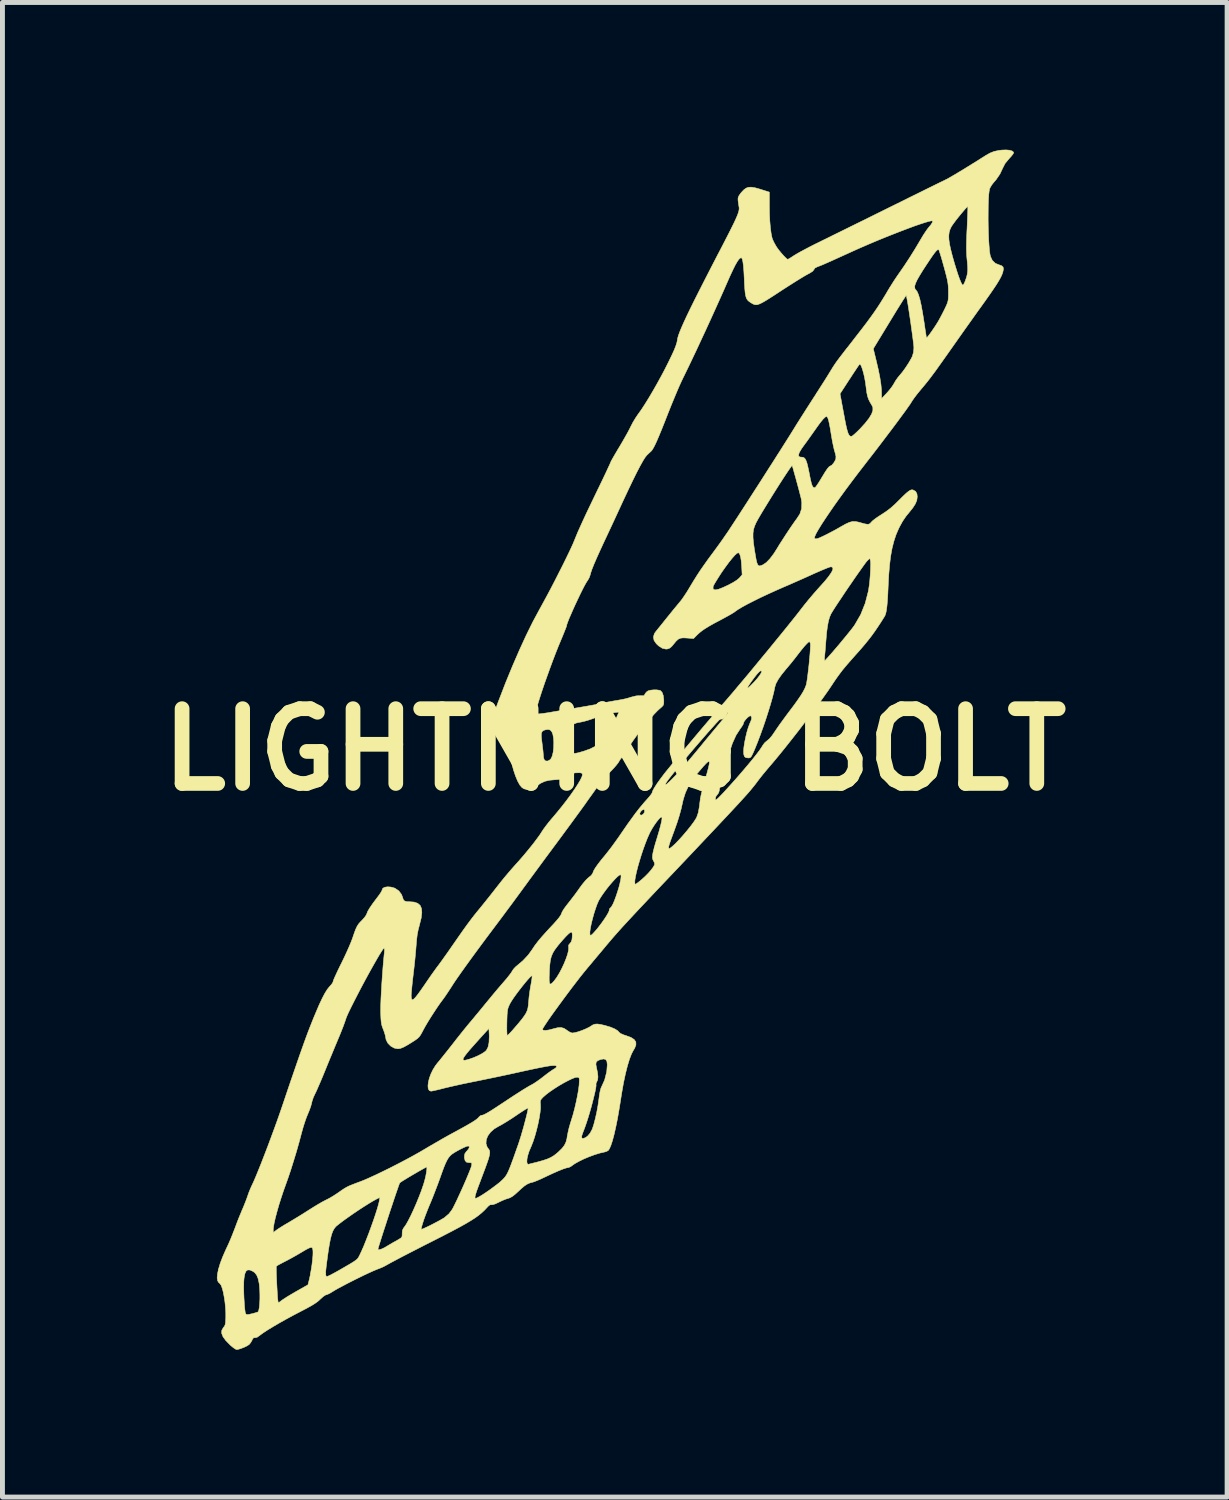
<source format=kicad_pcb>
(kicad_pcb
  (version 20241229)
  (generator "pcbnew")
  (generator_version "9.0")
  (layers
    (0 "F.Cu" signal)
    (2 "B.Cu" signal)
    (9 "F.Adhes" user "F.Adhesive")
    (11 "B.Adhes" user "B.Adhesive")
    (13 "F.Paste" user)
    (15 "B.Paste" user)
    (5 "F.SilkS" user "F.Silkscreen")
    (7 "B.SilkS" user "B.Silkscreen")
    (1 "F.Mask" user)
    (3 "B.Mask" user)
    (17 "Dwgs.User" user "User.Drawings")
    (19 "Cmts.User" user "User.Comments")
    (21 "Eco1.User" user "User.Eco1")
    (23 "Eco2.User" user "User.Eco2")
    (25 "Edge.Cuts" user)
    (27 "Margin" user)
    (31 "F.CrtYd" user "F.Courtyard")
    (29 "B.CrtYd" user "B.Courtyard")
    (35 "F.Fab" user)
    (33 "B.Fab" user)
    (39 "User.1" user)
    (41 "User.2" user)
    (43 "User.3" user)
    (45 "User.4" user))
  (footprint "LIGHTNING BOLT"
    (layer "F.Cu")
    (at 9.478 12.226)
    (property "Reference" "LIGHTNING BOLT" (at 0 0 0) (layer "F.SilkS") (effects (font (size 1.524 1.524) (thickness 0.3))))
    (attr through_hole)
    (fp_poly (pts (xy 8.044 -12.215) (xy 8.097 -12.199) (xy 8.125 -12.176) (xy 8.128 -12.164) (xy 8.117 -12.14) (xy 8.087 -12.101) (xy 8.045 -12.053) (xy 8.035 -12.043) (xy 7.953 -11.944) (xy 7.907 -11.854) (xy 7.849 -11.73) (xy 7.77 -11.614) (xy 7.722 -11.559) (xy 7.682 -11.508) (xy 7.65 -11.454) (xy 7.639 -11.43) (xy 7.629 -11.38) (xy 7.62 -11.302) (xy 7.614 -11.201) (xy 7.61 -11.081) (xy 7.609 -10.948) (xy 7.608 -10.808) (xy 7.61 -10.665) (xy 7.614 -10.524) (xy 7.619 -10.392) (xy 7.627 -10.272) (xy 7.635 -10.171) (xy 7.646 -10.093) (xy 7.654 -10.054) (xy 7.693 -9.97) (xy 7.754 -9.911) (xy 7.824 -9.882) (xy 7.882 -9.862) (xy 7.913 -9.834) (xy 7.92 -9.792) (xy 7.907 -9.728) (xy 7.902 -9.713) (xy 7.885 -9.668) (xy 7.859 -9.615) (xy 7.823 -9.551) (xy 7.774 -9.472) (xy 7.711 -9.378) (xy 7.632 -9.263) (xy 7.536 -9.127) (xy 7.457 -9.017) (xy 7.391 -8.926) (xy 7.311 -8.813) (xy 7.22 -8.685) (xy 7.123 -8.549) (xy 7.025 -8.41) (xy 6.93 -8.275) (xy 6.892 -8.221) (xy 6.779 -8.061) (xy 6.683 -7.925) (xy 6.601 -7.81) (xy 6.531 -7.712) (xy 6.469 -7.629) (xy 6.415 -7.557) (xy 6.364 -7.492) (xy 6.315 -7.432) (xy 6.265 -7.372) (xy 6.225 -7.324) (xy 6.167 -7.254) (xy 6.112 -7.182) (xy 6.066 -7.117) (xy 6.043 -7.081) (xy 6.02 -7.043) (xy 5.977 -6.982) (xy 5.919 -6.9) (xy 5.846 -6.801) (xy 5.762 -6.687) (xy 5.669 -6.562) (xy 5.568 -6.429) (xy 5.463 -6.29) (xy 5.356 -6.149) (xy 5.248 -6.009) (xy 5.142 -5.873) (xy 5.102 -5.821) (xy 4.966 -5.645) (xy 4.835 -5.472) (xy 4.708 -5.302) (xy 4.589 -5.138) (xy 4.478 -4.983) (xy 4.378 -4.838) (xy 4.289 -4.706) (xy 4.212 -4.589) (xy 4.151 -4.489) (xy 4.105 -4.409) (xy 4.078 -4.35) (xy 4.069 -4.315) (xy 4.07 -4.311) (xy 4.087 -4.295) (xy 4.123 -4.299) (xy 4.127 -4.3) (xy 4.171 -4.316) (xy 4.237 -4.346) (xy 4.319 -4.386) (xy 4.409 -4.433) (xy 4.501 -4.482) (xy 4.587 -4.531) (xy 4.611 -4.545) (xy 4.704 -4.597) (xy 4.778 -4.631) (xy 4.841 -4.648) (xy 4.902 -4.649) (xy 4.968 -4.636) (xy 5.007 -4.625) (xy 5.086 -4.603) (xy 5.14 -4.593) (xy 5.176 -4.594) (xy 5.203 -4.609) (xy 5.227 -4.636) (xy 5.228 -4.637) (xy 5.256 -4.665) (xy 5.307 -4.705) (xy 5.372 -4.75) (xy 5.439 -4.793) (xy 5.534 -4.856) (xy 5.621 -4.922) (xy 5.71 -5.001) (xy 5.791 -5.081) (xy 5.873 -5.163) (xy 5.936 -5.223) (xy 5.984 -5.262) (xy 6.02 -5.286) (xy 6.05 -5.295) (xy 6.075 -5.293) (xy 6.08 -5.291) (xy 6.13 -5.263) (xy 6.157 -5.214) (xy 6.164 -5.154) (xy 6.155 -5.082) (xy 6.125 -5.008) (xy 6.072 -4.926) (xy 6.021 -4.862) (xy 5.933 -4.754) (xy 5.864 -4.652) (xy 5.804 -4.543) (xy 5.783 -4.5) (xy 5.73 -4.377) (xy 5.687 -4.246) (xy 5.651 -4.104) (xy 5.622 -3.945) (xy 5.6 -3.767) (xy 5.583 -3.563) (xy 5.571 -3.33) (xy 5.571 -3.329) (xy 5.564 -3.167) (xy 5.556 -3.036) (xy 5.547 -2.932) (xy 5.537 -2.85) (xy 5.525 -2.789) (xy 5.511 -2.743) (xy 5.501 -2.722) (xy 5.484 -2.694) (xy 5.453 -2.644) (xy 5.412 -2.58) (xy 5.364 -2.507) (xy 5.358 -2.498) (xy 5.296 -2.407) (xy 5.232 -2.318) (xy 5.161 -2.227) (xy 5.079 -2.127) (xy 4.981 -2.013) (xy 4.877 -1.897) (xy 4.782 -1.789) (xy 4.704 -1.699) (xy 4.639 -1.62) (xy 4.582 -1.545) (xy 4.526 -1.468) (xy 4.467 -1.382) (xy 4.427 -1.321) (xy 4.347 -1.202) (xy 4.248 -1.062) (xy 4.135 -0.905) (xy 4.01 -0.737) (xy 3.877 -0.561) (xy 3.741 -0.383) (xy 3.603 -0.207) (xy 3.469 -0.038) (xy 3.341 0.12) (xy 3.223 0.262) (xy 3.157 0.339) (xy 3.089 0.419) (xy 3.018 0.505) (xy 2.953 0.587) (xy 2.903 0.652) (xy 2.877 0.688) (xy 2.849 0.724) (xy 2.819 0.761) (xy 2.786 0.802) (xy 2.749 0.846) (xy 2.705 0.897) (xy 2.654 0.954) (xy 2.594 1.02) (xy 2.524 1.097) (xy 2.443 1.184) (xy 2.349 1.285) (xy 2.241 1.4) (xy 2.118 1.531) (xy 1.978 1.68) (xy 1.82 1.847) (xy 1.643 2.035) (xy 1.445 2.244) (xy 1.228 2.473) (xy 1.038 2.673) (xy 0.869 2.851) (xy 0.721 3.008) (xy 0.59 3.147) (xy 0.475 3.269) (xy 0.375 3.376) (xy 0.288 3.47) (xy 0.211 3.553) (xy 0.143 3.627) (xy 0.083 3.694) (xy 0.028 3.756) (xy -0.023 3.814) (xy -0.073 3.872) (xy -0.122 3.93) (xy -0.173 3.99) (xy -0.206 4.03) (xy -0.286 4.126) (xy -0.366 4.221) (xy -0.442 4.312) (xy -0.507 4.39) (xy -0.558 4.45) (xy -0.568 4.462) (xy -0.631 4.539) (xy -0.704 4.63) (xy -0.784 4.734) (xy -0.87 4.846) (xy -0.958 4.963) (xy -1.046 5.082) (xy -1.132 5.199) (xy -1.214 5.312) (xy -1.289 5.416) (xy -1.354 5.509) (xy -1.407 5.588) (xy -1.446 5.648) (xy -1.469 5.687) (xy -1.473 5.7) (xy -1.458 5.718) (xy -1.415 5.722) (xy -1.347 5.713) (xy -1.257 5.69) (xy -1.251 5.688) (xy -1.162 5.666) (xy -1.094 5.663) (xy -1.035 5.679) (xy -0.977 5.717) (xy -0.969 5.723) (xy -0.922 5.754) (xy -0.878 5.772) (xy -0.864 5.774) (xy -0.813 5.767) (xy -0.742 5.748) (xy -0.663 5.72) (xy -0.586 5.688) (xy -0.521 5.656) (xy -0.492 5.638) (xy -0.447 5.609) (xy -0.403 5.594) (xy -0.352 5.591) (xy -0.285 5.601) (xy -0.199 5.621) (xy -0.089 5.654) (xy -0.002 5.69) (xy 0.058 5.727) (xy 0.085 5.757) (xy 0.115 5.783) (xy 0.178 5.811) (xy 0.23 5.828) (xy 0.329 5.864) (xy 0.395 5.907) (xy 0.429 5.957) (xy 0.431 6.017) (xy 0.404 6.087) (xy 0.383 6.12) (xy 0.342 6.197) (xy 0.3 6.305) (xy 0.258 6.443) (xy 0.217 6.606) (xy 0.177 6.794) (xy 0.14 7.004) (xy 0.118 7.146) (xy 0.086 7.343) (xy 0.054 7.526) (xy 0.02 7.693) (xy -0.013 7.839) (xy -0.046 7.963) (xy -0.078 8.061) (xy -0.108 8.131) (xy -0.129 8.164) (xy -0.162 8.185) (xy -0.21 8.2) (xy -0.218 8.202) (xy -0.306 8.222) (xy -0.41 8.254) (xy -0.521 8.295) (xy -0.631 8.341) (xy -0.731 8.39) (xy -0.813 8.436) (xy -0.853 8.464) (xy -0.898 8.496) (xy -0.938 8.515) (xy -0.952 8.517) (xy -0.991 8.525) (xy -1.056 8.547) (xy -1.144 8.582) (xy -1.251 8.629) (xy -1.374 8.686) (xy -1.425 8.71) (xy -1.505 8.748) (xy -1.579 8.78) (xy -1.639 8.804) (xy -1.677 8.816) (xy -1.679 8.816) (xy -1.734 8.831) (xy -1.787 8.855) (xy -1.844 8.893) (xy -1.911 8.95) (xy -1.965 9.001) (xy -2.035 9.064) (xy -2.09 9.106) (xy -2.136 9.132) (xy -2.169 9.143) (xy -2.222 9.16) (xy -2.289 9.187) (xy -2.359 9.22) (xy -2.364 9.223) (xy -2.436 9.257) (xy -2.489 9.273) (xy -2.514 9.274) (xy -2.54 9.275) (xy -2.574 9.299) (xy -2.61 9.337) (xy -2.659 9.389) (xy -2.713 9.439) (xy -2.775 9.49) (xy -2.848 9.543) (xy -2.936 9.599) (xy -3.04 9.661) (xy -3.164 9.73) (xy -3.31 9.808) (xy -3.482 9.897) (xy -3.658 9.987) (xy -3.866 10.092) (xy -4.047 10.185) (xy -4.205 10.266) (xy -4.341 10.336) (xy -4.459 10.399) (xy -4.563 10.454) (xy -4.655 10.505) (xy -4.701 10.53) (xy -4.732 10.545) (xy -4.784 10.567) (xy -4.847 10.591) (xy -4.851 10.593) (xy -4.916 10.62) (xy -5.003 10.659) (xy -5.106 10.707) (xy -5.218 10.762) (xy -5.333 10.819) (xy -5.447 10.877) (xy -5.551 10.932) (xy -5.642 10.98) (xy -5.711 11.02) (xy -5.744 11.04) (xy -5.799 11.074) (xy -5.847 11.098) (xy -5.878 11.108) (xy -5.879 11.108) (xy -5.906 11.12) (xy -5.948 11.15) (xy -5.995 11.193) (xy -6 11.197) (xy -6.039 11.234) (xy -6.085 11.269) (xy -6.144 11.308) (xy -6.22 11.352) (xy -6.318 11.405) (xy -6.401 11.448) (xy -6.55 11.526) (xy -6.694 11.604) (xy -6.831 11.681) (xy -6.956 11.754) (xy -7.065 11.82) (xy -7.153 11.877) (xy -7.216 11.922) (xy -7.232 11.935) (xy -7.289 11.975) (xy -7.33 11.984) (xy -7.333 11.984) (xy -7.359 11.985) (xy -7.381 12.01) (xy -7.391 12.034) (xy -7.419 12.083) (xy -7.452 12.123) (xy -7.455 12.125) (xy -7.496 12.151) (xy -7.554 12.179) (xy -7.618 12.204) (xy -7.674 12.221) (xy -7.704 12.226) (xy -7.731 12.215) (xy -7.774 12.186) (xy -7.825 12.144) (xy -7.839 12.131) (xy -7.927 12.041) (xy -7.984 11.963) (xy -8.011 11.893) (xy -8.008 11.832) (xy -7.977 11.778) (xy -7.974 11.775) (xy -7.954 11.75) (xy -7.941 11.72) (xy -7.933 11.678) (xy -7.929 11.613) (xy -7.927 11.579) (xy -7.927 11.477) (xy -7.933 11.368) (xy -7.944 11.258) (xy -7.96 11.152) (xy -7.978 11.056) (xy -7.999 10.977) (xy -7.562 10.977) (xy -7.56 11.074) (xy -7.556 11.175) (xy -7.55 11.273) (xy -7.544 11.36) (xy -7.536 11.431) (xy -7.529 11.477) (xy -7.526 11.485) (xy -7.515 11.504) (xy -7.496 11.512) (xy -7.463 11.51) (xy -7.407 11.498) (xy -7.373 11.49) (xy -7.32 11.475) (xy -7.282 11.463) (xy -7.269 11.457) (xy -7.255 11.426) (xy -7.244 11.368) (xy -7.237 11.291) (xy -7.232 11.2) (xy -7.232 11.103) (xy -7.235 11.006) (xy -7.242 10.917) (xy -7.248 10.873) (xy -7.269 10.777) (xy -7.298 10.707) (xy -7.338 10.657) (xy -7.371 10.633) (xy -7.432 10.605) (xy -7.479 10.602) (xy -7.514 10.627) (xy -7.538 10.681) (xy -7.554 10.766) (xy -7.559 10.822) (xy -7.562 10.891) (xy -7.562 10.977) (xy -7.999 10.977) (xy -8 10.975) (xy -8.022 10.915) (xy -8.045 10.881) (xy -8.051 10.878) (xy -8.074 10.857) (xy -8.094 10.821) (xy -8.103 10.764) (xy -8.096 10.683) (xy -8.075 10.583) (xy -8.064 10.548) (xy -6.898 10.548) (xy -6.898 10.596) (xy -6.897 10.665) (xy -6.894 10.749) (xy -6.89 10.842) (xy -6.885 10.938) (xy -6.88 11.029) (xy -6.875 11.11) (xy -6.871 11.175) (xy -6.866 11.217) (xy -6.866 11.222) (xy -6.857 11.276) (xy -6.782 11.219) (xy -6.74 11.191) (xy -6.677 11.15) (xy -6.598 11.103) (xy -6.513 11.053) (xy -6.48 11.034) (xy -6.253 10.906) (xy -6.226 10.8) (xy -6.206 10.709) (xy -6.2 10.672) (xy -5.892 10.672) (xy -5.889 10.707) (xy -5.882 10.727) (xy -5.87 10.735) (xy -5.863 10.736) (xy -5.839 10.727) (xy -5.792 10.705) (xy -5.726 10.67) (xy -5.648 10.627) (xy -5.588 10.593) (xy -5.48 10.53) (xy -5.397 10.482) (xy -5.335 10.444) (xy -5.29 10.414) (xy -5.259 10.39) (xy -5.237 10.367) (xy -5.221 10.343) (xy -5.206 10.315) (xy -5.196 10.295) (xy -5.157 10.212) (xy -5.146 10.187) (xy -4.827 10.187) (xy -4.801 10.191) (xy -4.754 10.177) (xy -4.693 10.149) (xy -4.648 10.122) (xy -4.586 10.085) (xy -4.513 10.042) (xy -4.458 10.012) (xy -4.404 9.981) (xy -4.362 9.954) (xy -4.341 9.936) (xy -4.341 9.936) (xy -4.334 9.907) (xy -4.332 9.861) (xy -4.333 9.851) (xy -4.327 9.792) (xy -4.317 9.775) (xy -3.945 9.775) (xy -3.932 9.773) (xy -3.894 9.758) (xy -3.838 9.732) (xy -3.77 9.7) (xy -3.696 9.662) (xy -3.622 9.623) (xy -3.552 9.585) (xy -3.495 9.552) (xy -3.475 9.54) (xy -3.38 9.459) (xy -3.322 9.383) (xy -3.296 9.339) (xy -3.262 9.271) (xy -3.22 9.185) (xy -3.195 9.131) (xy -2.848 9.131) (xy -2.841 9.143) (xy -2.834 9.144) (xy -2.815 9.137) (xy -2.779 9.12) (xy -2.772 9.116) (xy -2.718 9.085) (xy -2.647 9.039) (xy -2.565 8.983) (xy -2.481 8.922) (xy -2.404 8.864) (xy -2.341 8.814) (xy -2.316 8.791) (xy -2.283 8.76) (xy -2.254 8.73) (xy -2.229 8.699) (xy -2.205 8.663) (xy -2.181 8.618) (xy -2.155 8.56) (xy -2.126 8.488) (xy -2.092 8.397) (xy -1.792 8.397) (xy -1.785 8.436) (xy -1.766 8.45) (xy -1.745 8.446) (xy -1.699 8.434) (xy -1.634 8.418) (xy -1.563 8.4) (xy -1.454 8.369) (xy -1.369 8.34) (xy -1.301 8.309) (xy -1.24 8.272) (xy -1.179 8.224) (xy -1.148 8.197) (xy -1.076 8.127) (xy -1.027 8.064) (xy -0.995 7.998) (xy -0.974 7.918) (xy -0.971 7.895) (xy -0.677 7.895) (xy -0.666 7.92) (xy -0.636 7.922) (xy -0.593 7.904) (xy -0.552 7.873) (xy -0.502 7.814) (xy -0.461 7.737) (xy -0.456 7.725) (xy -0.426 7.632) (xy -0.396 7.516) (xy -0.367 7.387) (xy -0.343 7.254) (xy -0.325 7.128) (xy -0.322 7.105) (xy -0.312 7.028) (xy -0.299 6.96) (xy -0.286 6.91) (xy -0.28 6.893) (xy -0.207 6.732) (xy -0.164 6.563) (xy -0.153 6.423) (xy -0.16 6.355) (xy -0.183 6.316) (xy -0.226 6.303) (xy -0.288 6.314) (xy -0.347 6.337) (xy -0.378 6.367) (xy -0.385 6.411) (xy -0.374 6.474) (xy -0.351 6.584) (xy -0.343 6.667) (xy -0.349 6.728) (xy -0.364 6.762) (xy -0.381 6.798) (xy -0.382 6.822) (xy -0.381 6.848) (xy -0.388 6.901) (xy -0.403 6.976) (xy -0.425 7.068) (xy -0.451 7.172) (xy -0.48 7.283) (xy -0.512 7.395) (xy -0.545 7.505) (xy -0.578 7.606) (xy -0.608 7.693) (xy -0.627 7.743) (xy -0.651 7.805) (xy -0.669 7.858) (xy -0.677 7.892) (xy -0.677 7.895) (xy -0.971 7.895) (xy -0.967 7.871) (xy -0.953 7.798) (xy -0.932 7.707) (xy -0.905 7.613) (xy -0.888 7.56) (xy -0.853 7.446) (xy -0.819 7.319) (xy -0.788 7.185) (xy -0.761 7.055) (xy -0.74 6.936) (xy -0.727 6.837) (xy -0.725 6.797) (xy -0.722 6.736) (xy -0.725 6.7) (xy -0.733 6.683) (xy -0.752 6.677) (xy -0.767 6.675) (xy -0.807 6.681) (xy -0.869 6.705) (xy -0.947 6.742) (xy -1.036 6.789) (xy -1.131 6.844) (xy -1.225 6.903) (xy -1.313 6.963) (xy -1.391 7.021) (xy -1.451 7.073) (xy -1.46 7.081) (xy -1.497 7.121) (xy -1.515 7.152) (xy -1.518 7.189) (xy -1.514 7.235) (xy -1.513 7.306) (xy -1.523 7.401) (xy -1.541 7.514) (xy -1.566 7.637) (xy -1.597 7.763) (xy -1.631 7.885) (xy -1.668 7.996) (xy -1.705 8.089) (xy -1.712 8.105) (xy -1.747 8.187) (xy -1.772 8.266) (xy -1.788 8.338) (xy -1.792 8.397) (xy -2.092 8.397) (xy -2.091 8.395) (xy -2.05 8.281) (xy -2 8.139) (xy -1.963 8.035) (xy -1.939 7.961) (xy -1.911 7.873) (xy -1.883 7.776) (xy -1.854 7.675) (xy -1.828 7.576) (xy -1.804 7.485) (xy -1.785 7.407) (xy -1.772 7.347) (xy -1.766 7.311) (xy -1.767 7.303) (xy -1.783 7.31) (xy -1.823 7.332) (xy -1.88 7.368) (xy -1.952 7.415) (xy -2.018 7.46) (xy -2.106 7.519) (xy -2.193 7.574) (xy -2.272 7.622) (xy -2.334 7.658) (xy -2.362 7.672) (xy -2.457 7.728) (xy -2.533 7.796) (xy -2.588 7.871) (xy -2.619 7.95) (xy -2.624 8.027) (xy -2.601 8.098) (xy -2.581 8.127) (xy -2.564 8.148) (xy -2.553 8.172) (xy -2.548 8.2) (xy -2.55 8.236) (xy -2.559 8.285) (xy -2.577 8.348) (xy -2.605 8.43) (xy -2.642 8.533) (xy -2.691 8.662) (xy -2.737 8.785) (xy -2.782 8.904) (xy -2.815 8.995) (xy -2.836 9.061) (xy -2.847 9.105) (xy -2.848 9.131) (xy -3.195 9.131) (xy -3.174 9.085) (xy -3.125 8.979) (xy -3.076 8.869) (xy -3.03 8.763) (xy -2.989 8.665) (xy -2.955 8.581) (xy -2.93 8.516) (xy -2.918 8.475) (xy -2.917 8.471) (xy -2.913 8.434) (xy -2.924 8.419) (xy -2.958 8.416) (xy -2.969 8.416) (xy -3.02 8.407) (xy -3.05 8.376) (xy -3.064 8.321) (xy -3.065 8.288) (xy -3.056 8.235) (xy -3.025 8.19) (xy -3.014 8.179) (xy -2.979 8.138) (xy -2.964 8.103) (xy -2.972 8.081) (xy -2.99 8.077) (xy -3.022 8.085) (xy -3.074 8.107) (xy -3.138 8.138) (xy -3.206 8.174) (xy -3.268 8.21) (xy -3.317 8.243) (xy -3.328 8.251) (xy -3.36 8.282) (xy -3.39 8.319) (xy -3.419 8.368) (xy -3.45 8.432) (xy -3.485 8.517) (xy -3.525 8.626) (xy -3.564 8.736) (xy -3.607 8.854) (xy -3.657 8.985) (xy -3.708 9.117) (xy -3.756 9.234) (xy -3.77 9.266) (xy -3.813 9.371) (xy -3.854 9.476) (xy -3.89 9.574) (xy -3.918 9.66) (xy -3.937 9.728) (xy -3.945 9.771) (xy -3.945 9.775) (xy -4.317 9.775) (xy -4.299 9.741) (xy -4.292 9.733) (xy -4.254 9.679) (xy -4.209 9.599) (xy -4.157 9.497) (xy -4.103 9.381) (xy -4.048 9.256) (xy -3.995 9.127) (xy -3.946 9.001) (xy -3.905 8.882) (xy -3.887 8.826) (xy -3.866 8.749) (xy -3.849 8.674) (xy -3.837 8.605) (xy -3.83 8.549) (xy -3.83 8.514) (xy -3.837 8.504) (xy -3.837 8.504) (xy -3.919 8.55) (xy -4.008 8.6) (xy -4.097 8.652) (xy -4.182 8.702) (xy -4.258 8.748) (xy -4.32 8.786) (xy -4.362 8.814) (xy -4.381 8.828) (xy -4.381 8.828) (xy -4.391 8.85) (xy -4.409 8.9) (xy -4.434 8.973) (xy -4.466 9.065) (xy -4.502 9.172) (xy -4.541 9.29) (xy -4.583 9.415) (xy -4.625 9.543) (xy -4.666 9.67) (xy -4.706 9.792) (xy -4.742 9.904) (xy -4.773 10.003) (xy -4.799 10.085) (xy -4.817 10.145) (xy -4.826 10.18) (xy -4.827 10.187) (xy -5.146 10.187) (xy -5.112 10.108) (xy -5.064 9.988) (xy -5.014 9.859) (xy -4.965 9.725) (xy -4.918 9.593) (xy -4.876 9.469) (xy -4.841 9.358) (xy -4.815 9.267) (xy -4.799 9.2) (xy -4.799 9.196) (xy -4.787 9.124) (xy -4.862 9.162) (xy -4.931 9.2) (xy -5.019 9.253) (xy -5.119 9.316) (xy -5.226 9.386) (xy -5.334 9.459) (xy -5.438 9.532) (xy -5.532 9.599) (xy -5.611 9.659) (xy -5.67 9.706) (xy -5.687 9.722) (xy -5.718 9.761) (xy -5.746 9.812) (xy -5.771 9.88) (xy -5.794 9.969) (xy -5.816 10.082) (xy -5.839 10.224) (xy -5.85 10.304) (xy -5.868 10.437) (xy -5.881 10.54) (xy -5.889 10.617) (xy -5.892 10.672) (xy -6.2 10.672) (xy -6.188 10.605) (xy -6.171 10.496) (xy -6.159 10.392) (xy -6.151 10.301) (xy -6.15 10.233) (xy -6.15 10.226) (xy -6.154 10.183) (xy -6.162 10.155) (xy -6.178 10.143) (xy -6.207 10.147) (xy -6.253 10.167) (xy -6.32 10.204) (xy -6.402 10.253) (xy -6.491 10.305) (xy -6.589 10.36) (xy -6.682 10.41) (xy -6.735 10.437) (xy -6.8 10.471) (xy -6.854 10.5) (xy -6.888 10.521) (xy -6.897 10.528) (xy -6.898 10.548) (xy -8.064 10.548) (xy -8.04 10.467) (xy -7.992 10.34) (xy -7.934 10.207) (xy -7.916 10.168) (xy -7.873 10.077) (xy -7.826 9.968) (xy -7.78 9.854) (xy -7.752 9.781) (xy -6.96 9.781) (xy -6.96 9.841) (xy -6.896 9.792) (xy -6.856 9.764) (xy -6.795 9.725) (xy -6.722 9.68) (xy -6.646 9.636) (xy -6.563 9.586) (xy -6.462 9.525) (xy -6.355 9.459) (xy -6.253 9.394) (xy -6.226 9.377) (xy -6.137 9.321) (xy -6.048 9.267) (xy -5.967 9.22) (xy -5.903 9.186) (xy -5.88 9.175) (xy -5.816 9.142) (xy -5.738 9.096) (xy -5.658 9.044) (xy -5.623 9.02) (xy -5.56 8.975) (xy -5.506 8.94) (xy -5.455 8.911) (xy -5.398 8.884) (xy -5.327 8.856) (xy -5.236 8.821) (xy -5.191 8.805) (xy -5.103 8.77) (xy -4.992 8.721) (xy -4.861 8.661) (xy -4.718 8.592) (xy -4.566 8.517) (xy -4.412 8.438) (xy -4.261 8.359) (xy -4.119 8.282) (xy -3.99 8.21) (xy -3.884 8.148) (xy -3.768 8.079) (xy -3.633 8.001) (xy -3.491 7.919) (xy -3.353 7.842) (xy -3.24 7.781) (xy -3.108 7.709) (xy -3.003 7.65) (xy -2.921 7.602) (xy -2.859 7.563) (xy -2.814 7.531) (xy -2.783 7.504) (xy -2.763 7.481) (xy -2.733 7.456) (xy -2.712 7.451) (xy -2.694 7.448) (xy -2.668 7.439) (xy -2.634 7.422) (xy -2.587 7.396) (xy -2.524 7.358) (xy -2.443 7.306) (xy -2.341 7.239) (xy -2.215 7.156) (xy -2.176 7.13) (xy -2.07 7.06) (xy -1.969 6.995) (xy -1.877 6.936) (xy -1.798 6.888) (xy -1.739 6.853) (xy -1.707 6.836) (xy -1.657 6.808) (xy -1.59 6.764) (xy -1.516 6.711) (xy -1.456 6.665) (xy -1.388 6.612) (xy -1.324 6.565) (xy -1.272 6.529) (xy -1.24 6.51) (xy -1.204 6.486) (xy -1.186 6.463) (xy -1.185 6.459) (xy -1.192 6.446) (xy -1.212 6.438) (xy -1.25 6.437) (xy -1.306 6.441) (xy -1.384 6.453) (xy -1.486 6.472) (xy -1.615 6.498) (xy -1.773 6.532) (xy -1.875 6.554) (xy -2.032 6.589) (xy -2.202 6.626) (xy -2.376 6.663) (xy -2.545 6.698) (xy -2.7 6.73) (xy -2.831 6.757) (xy -2.834 6.757) (xy -2.965 6.784) (xy -3.101 6.812) (xy -3.232 6.841) (xy -3.35 6.868) (xy -3.448 6.891) (xy -3.485 6.9) (xy -3.57 6.922) (xy -3.646 6.94) (xy -3.705 6.953) (xy -3.74 6.959) (xy -3.745 6.96) (xy -3.781 6.946) (xy -3.802 6.908) (xy -3.807 6.85) (xy -3.799 6.777) (xy -3.779 6.695) (xy -3.747 6.608) (xy -3.705 6.521) (xy -3.654 6.439) (xy -3.611 6.383) (xy -3.581 6.348) (xy -3.548 6.307) (xy -3.092 6.307) (xy -3.091 6.315) (xy -3.081 6.327) (xy -3.066 6.331) (xy -3.037 6.327) (xy -2.986 6.313) (xy -2.965 6.307) (xy -2.874 6.275) (xy -2.784 6.236) (xy -2.705 6.194) (xy -2.644 6.153) (xy -2.617 6.128) (xy -2.583 6.063) (xy -2.563 5.969) (xy -2.558 5.843) (xy -2.56 5.792) (xy -2.565 5.682) (xy -2.772 5.91) (xy -2.875 6.025) (xy -2.957 6.118) (xy -3.018 6.191) (xy -3.059 6.245) (xy -3.084 6.284) (xy -3.092 6.307) (xy -3.548 6.307) (xy -3.535 6.291) (xy -3.476 6.217) (xy -3.407 6.131) (xy -3.334 6.038) (xy -3.293 5.986) (xy -3.216 5.887) (xy -3.139 5.79) (xy -3.067 5.7) (xy -3.024 5.648) (xy -2.2 5.648) (xy -2.2 5.726) (xy -2.197 5.784) (xy -2.194 5.819) (xy -2.191 5.825) (xy -2.174 5.813) (xy -2.141 5.78) (xy -2.096 5.732) (xy -2.049 5.678) (xy -1.962 5.577) (xy -1.895 5.495) (xy -1.846 5.429) (xy -1.81 5.373) (xy -1.786 5.321) (xy -1.771 5.269) (xy -1.762 5.211) (xy -1.756 5.142) (xy -1.755 5.131) (xy -1.747 5.039) (xy -1.733 4.932) (xy -1.717 4.829) (xy -1.71 4.794) (xy -1.697 4.721) (xy -1.688 4.66) (xy -1.686 4.64) (xy -1.337 4.64) (xy -1.336 4.714) (xy -1.329 4.759) (xy -1.316 4.777) (xy -1.295 4.772) (xy -1.264 4.744) (xy -1.232 4.708) (xy -1.182 4.64) (xy -1.13 4.555) (xy -1.079 4.458) (xy -1.032 4.357) (xy -0.992 4.258) (xy -0.961 4.167) (xy -0.943 4.09) (xy -0.939 4.034) (xy -0.941 4.026) (xy -0.941 3.983) (xy -0.915 3.95) (xy -0.913 3.948) (xy -0.888 3.917) (xy -0.873 3.87) (xy -0.868 3.823) (xy -0.866 3.756) (xy -0.874 3.727) (xy -0.508 3.727) (xy -0.506 3.769) (xy -0.498 3.784) (xy -0.48 3.779) (xy -0.477 3.778) (xy -0.454 3.758) (xy -0.416 3.717) (xy -0.369 3.664) (xy -0.337 3.624) (xy -0.273 3.54) (xy -0.216 3.459) (xy -0.168 3.386) (xy -0.133 3.326) (xy -0.114 3.283) (xy -0.112 3.264) (xy -0.108 3.244) (xy -0.088 3.224) (xy -0.064 3.195) (xy -0.035 3.142) (xy -0.005 3.071) (xy 0.026 2.987) (xy 0.056 2.897) (xy 0.084 2.806) (xy 0.106 2.72) (xy 0.107 2.712) (xy 0.407 2.712) (xy 0.413 2.74) (xy 0.42 2.743) (xy 0.438 2.733) (xy 0.476 2.706) (xy 0.526 2.666) (xy 0.552 2.644) (xy 0.62 2.582) (xy 0.685 2.516) (xy 0.741 2.451) (xy 0.784 2.393) (xy 0.809 2.348) (xy 0.813 2.33) (xy 0.804 2.296) (xy 0.785 2.26) (xy 0.773 2.234) (xy 0.767 2.201) (xy 0.769 2.157) (xy 0.779 2.097) (xy 0.798 2.019) (xy 0.802 2.002) (xy 1.096 2.002) (xy 1.102 2.013) (xy 1.111 2.015) (xy 1.133 2.004) (xy 1.172 1.973) (xy 1.22 1.93) (xy 1.242 1.908) (xy 1.319 1.828) (xy 1.399 1.738) (xy 1.477 1.646) (xy 1.549 1.556) (xy 1.609 1.475) (xy 1.652 1.409) (xy 1.668 1.381) (xy 1.702 1.283) (xy 1.725 1.153) (xy 1.726 1.143) (xy 1.734 1.071) (xy 1.743 1.007) (xy 1.745 0.995) (xy 2.049 0.995) (xy 2.051 1.022) (xy 2.062 1.024) (xy 2.087 1.005) (xy 2.117 0.978) (xy 2.16 0.934) (xy 2.211 0.881) (xy 2.227 0.864) (xy 2.355 0.723) (xy 2.479 0.584) (xy 2.596 0.449) (xy 2.704 0.322) (xy 2.801 0.205) (xy 2.883 0.102) (xy 2.949 0.015) (xy 2.995 -0.053) (xy 3.015 -0.086) (xy 3.052 -0.137) (xy 3.1 -0.179) (xy 3.106 -0.183) (xy 3.15 -0.22) (xy 3.204 -0.284) (xy 3.261 -0.367) (xy 3.304 -0.431) (xy 3.361 -0.513) (xy 3.429 -0.606) (xy 3.5 -0.703) (xy 3.557 -0.779) (xy 3.655 -0.909) (xy 3.732 -1.017) (xy 3.793 -1.106) (xy 3.839 -1.182) (xy 3.872 -1.246) (xy 3.895 -1.303) (xy 3.903 -1.329) (xy 3.912 -1.374) (xy 3.923 -1.443) (xy 3.934 -1.53) (xy 3.946 -1.63) (xy 3.958 -1.736) (xy 3.968 -1.84) (xy 4.272 -1.84) (xy 4.275 -1.815) (xy 4.279 -1.813) (xy 4.293 -1.826) (xy 4.326 -1.861) (xy 4.374 -1.915) (xy 4.435 -1.984) (xy 4.505 -2.066) (xy 4.56 -2.13) (xy 4.638 -2.224) (xy 4.713 -2.315) (xy 4.78 -2.398) (xy 4.835 -2.467) (xy 4.874 -2.519) (xy 4.888 -2.539) (xy 5.011 -2.752) (xy 5.103 -2.982) (xy 5.167 -3.228) (xy 5.173 -3.262) (xy 5.185 -3.343) (xy 5.196 -3.438) (xy 5.204 -3.538) (xy 5.21 -3.637) (xy 5.213 -3.726) (xy 5.214 -3.798) (xy 5.21 -3.846) (xy 5.209 -3.852) (xy 5.197 -3.899) (xy 5.146 -3.85) (xy 5.124 -3.825) (xy 5.087 -3.775) (xy 5.037 -3.705) (xy 4.976 -3.619) (xy 4.907 -3.521) (xy 4.834 -3.414) (xy 4.758 -3.304) (xy 4.683 -3.193) (xy 4.612 -3.086) (xy 4.546 -2.988) (xy 4.489 -2.901) (xy 4.444 -2.83) (xy 4.413 -2.779) (xy 4.403 -2.761) (xy 4.375 -2.694) (xy 4.352 -2.611) (xy 4.333 -2.506) (xy 4.316 -2.376) (xy 4.303 -2.217) (xy 4.302 -2.21) (xy 4.295 -2.114) (xy 4.288 -2.024) (xy 4.281 -1.949) (xy 4.276 -1.896) (xy 4.274 -1.884) (xy 4.272 -1.84) (xy 3.968 -1.84) (xy 3.968 -1.843) (xy 3.977 -1.943) (xy 3.983 -2.032) (xy 3.987 -2.103) (xy 3.987 -2.15) (xy 3.986 -2.163) (xy 3.973 -2.193) (xy 3.964 -2.201) (xy 3.943 -2.188) (xy 3.906 -2.152) (xy 3.856 -2.097) (xy 3.798 -2.026) (xy 3.735 -1.945) (xy 3.725 -1.932) (xy 3.665 -1.854) (xy 3.594 -1.765) (xy 3.523 -1.68) (xy 3.492 -1.644) (xy 3.398 -1.528) (xy 3.329 -1.429) (xy 3.283 -1.344) (xy 3.26 -1.269) (xy 3.259 -1.263) (xy 3.241 -1.174) (xy 3.212 -1.06) (xy 3.174 -0.926) (xy 3.129 -0.779) (xy 3.079 -0.623) (xy 3.025 -0.464) (xy 2.969 -0.309) (xy 2.914 -0.163) (xy 2.861 -0.031) (xy 2.828 0.047) (xy 2.799 0.108) (xy 2.778 0.145) (xy 2.758 0.163) (xy 2.735 0.169) (xy 2.719 0.169) (xy 2.671 0.163) (xy 2.642 0.14) (xy 2.628 0.095) (xy 2.625 0.033) (xy 2.63 -0.042) (xy 2.644 -0.138) (xy 2.665 -0.243) (xy 2.69 -0.349) (xy 2.718 -0.444) (xy 2.745 -0.518) (xy 2.753 -0.537) (xy 2.783 -0.609) (xy 2.789 -0.66) (xy 2.772 -0.687) (xy 2.766 -0.69) (xy 2.742 -0.682) (xy 2.707 -0.656) (xy 2.671 -0.619) (xy 2.64 -0.58) (xy 2.625 -0.548) (xy 2.625 -0.543) (xy 2.615 -0.514) (xy 2.588 -0.469) (xy 2.555 -0.423) (xy 2.471 -0.293) (xy 2.398 -0.132) (xy 2.354 0) (xy 2.335 0.062) (xy 2.309 0.147) (xy 2.278 0.245) (xy 2.246 0.347) (xy 2.232 0.389) (xy 2.201 0.494) (xy 2.173 0.595) (xy 2.153 0.683) (xy 2.14 0.751) (xy 2.139 0.766) (xy 2.13 0.834) (xy 2.116 0.88) (xy 2.094 0.911) (xy 2.089 0.917) (xy 2.06 0.956) (xy 2.049 0.995) (xy 1.745 0.995) (xy 1.754 0.944) (xy 1.769 0.877) (xy 1.789 0.798) (xy 1.816 0.7) (xy 1.851 0.578) (xy 1.855 0.565) (xy 1.889 0.443) (xy 1.913 0.351) (xy 1.926 0.288) (xy 1.928 0.251) (xy 1.917 0.24) (xy 1.894 0.251) (xy 1.858 0.284) (xy 1.809 0.337) (xy 1.803 0.343) (xy 1.677 0.49) (xy 1.576 0.624) (xy 1.498 0.751) (xy 1.44 0.876) (xy 1.399 1.004) (xy 1.387 1.053) (xy 1.352 1.208) (xy 1.314 1.347) (xy 1.271 1.484) (xy 1.218 1.633) (xy 1.202 1.677) (xy 1.16 1.79) (xy 1.129 1.875) (xy 1.109 1.937) (xy 1.098 1.977) (xy 1.096 2.002) (xy 0.802 2.002) (xy 0.826 1.916) (xy 0.865 1.788) (xy 0.906 1.65) (xy 0.935 1.541) (xy 0.954 1.46) (xy 0.962 1.407) (xy 0.96 1.378) (xy 0.951 1.372) (xy 0.927 1.385) (xy 0.891 1.423) (xy 0.848 1.477) (xy 0.802 1.543) (xy 0.758 1.613) (xy 0.72 1.682) (xy 0.71 1.702) (xy 0.666 1.8) (xy 0.623 1.91) (xy 0.58 2.028) (xy 0.54 2.148) (xy 0.503 2.269) (xy 0.47 2.384) (xy 0.443 2.49) (xy 0.423 2.582) (xy 0.41 2.658) (xy 0.407 2.712) (xy 0.107 2.712) (xy 0.121 2.646) (xy 0.128 2.589) (xy 0.125 2.555) (xy 0.12 2.55) (xy 0.098 2.555) (xy 0.06 2.583) (xy 0.011 2.631) (xy -0.046 2.693) (xy -0.108 2.765) (xy -0.17 2.843) (xy -0.229 2.923) (xy -0.281 2.999) (xy -0.323 3.068) (xy -0.333 3.088) (xy -0.362 3.155) (xy -0.393 3.242) (xy -0.425 3.342) (xy -0.454 3.447) (xy -0.479 3.549) (xy -0.497 3.638) (xy -0.507 3.708) (xy -0.508 3.727) (xy -0.874 3.727) (xy -0.876 3.721) (xy -0.88 3.717) (xy -0.903 3.723) (xy -0.943 3.754) (xy -0.999 3.809) (xy -1.068 3.886) (xy -1.15 3.982) (xy -1.164 4) (xy -1.221 4.075) (xy -1.263 4.144) (xy -1.293 4.215) (xy -1.313 4.295) (xy -1.325 4.393) (xy -1.333 4.515) (xy -1.333 4.534) (xy -1.337 4.64) (xy -1.686 4.64) (xy -1.685 4.62) (xy -1.686 4.608) (xy -1.702 4.614) (xy -1.734 4.644) (xy -1.778 4.692) (xy -1.831 4.755) (xy -1.889 4.827) (xy -1.949 4.904) (xy -2.007 4.981) (xy -2.06 5.055) (xy -2.103 5.12) (xy -2.134 5.172) (xy -2.138 5.18) (xy -2.158 5.222) (xy -2.173 5.259) (xy -2.183 5.296) (xy -2.189 5.342) (xy -2.194 5.402) (xy -2.197 5.485) (xy -2.199 5.557) (xy -2.2 5.648) (xy -3.024 5.648) (xy -3.004 5.623) (xy -2.955 5.564) (xy -2.939 5.545) (xy -2.894 5.492) (xy -2.834 5.419) (xy -2.764 5.335) (xy -2.69 5.245) (xy -2.631 5.172) (xy -2.552 5.077) (xy -2.468 4.975) (xy -2.385 4.876) (xy -2.31 4.789) (xy -2.269 4.741) (xy -2.209 4.672) (xy -2.157 4.607) (xy -2.116 4.553) (xy -2.092 4.516) (xy -2.09 4.51) (xy -2.063 4.471) (xy -2.02 4.425) (xy -1.986 4.397) (xy -1.871 4.299) (xy -1.765 4.186) (xy -1.689 4.081) (xy -1.631 3.994) (xy -1.565 3.907) (xy -1.487 3.814) (xy -1.391 3.707) (xy -1.332 3.643) (xy -1.245 3.55) (xy -1.18 3.477) (xy -1.133 3.42) (xy -1.102 3.375) (xy -1.084 3.338) (xy -1.078 3.319) (xy -1.063 3.289) (xy -1.032 3.24) (xy -0.988 3.18) (xy -0.951 3.133) (xy -0.89 3.055) (xy -0.82 2.964) (xy -0.753 2.872) (xy -0.716 2.819) (xy -0.652 2.733) (xy -0.593 2.663) (xy -0.543 2.614) (xy -0.528 2.602) (xy -0.478 2.561) (xy -0.449 2.518) (xy -0.446 2.509) (xy -0.43 2.467) (xy -0.398 2.412) (xy -0.348 2.341) (xy -0.279 2.251) (xy -0.194 2.148) (xy -0.136 2.075) (xy -0.066 1.984) (xy 0.008 1.882) (xy 0.081 1.78) (xy 0.12 1.723) (xy 0.261 1.518) (xy 0.388 1.343) (xy 0.415 1.306) (xy 0.508 1.306) (xy 0.519 1.332) (xy 0.546 1.335) (xy 0.581 1.313) (xy 0.583 1.311) (xy 0.603 1.279) (xy 0.609 1.246) (xy 0.6 1.223) (xy 0.59 1.219) (xy 0.556 1.233) (xy 0.525 1.265) (xy 0.508 1.301) (xy 0.508 1.306) (xy 0.415 1.306) (xy 0.501 1.195) (xy 0.602 1.074) (xy 0.654 1.016) (xy 0.701 0.963) (xy 0.738 0.916) (xy 0.759 0.883) (xy 0.762 0.873) (xy 0.773 0.839) (xy 0.803 0.783) (xy 0.851 0.708) (xy 0.857 0.699) (xy 1.033 0.699) (xy 1.038 0.71) (xy 1.055 0.704) (xy 1.087 0.678) (xy 1.137 0.63) (xy 1.187 0.58) (xy 1.244 0.521) (xy 1.305 0.455) (xy 1.372 0.379) (xy 1.448 0.291) (xy 1.537 0.187) (xy 1.64 0.064) (xy 1.76 -0.081) (xy 1.825 -0.161) (xy 1.903 -0.255) (xy 1.983 -0.352) (xy 2.06 -0.444) (xy 2.127 -0.525) (xy 2.175 -0.583) (xy 2.238 -0.659) (xy 2.279 -0.712) (xy 2.298 -0.743) (xy 2.298 -0.755) (xy 2.278 -0.75) (xy 2.27 -0.746) (xy 2.244 -0.725) (xy 2.2 -0.681) (xy 2.14 -0.618) (xy 2.066 -0.539) (xy 1.982 -0.445) (xy 1.889 -0.341) (xy 1.791 -0.228) (xy 1.689 -0.111) (xy 1.586 0.009) (xy 1.485 0.128) (xy 1.389 0.243) (xy 1.298 0.351) (xy 1.218 0.45) (xy 1.148 0.537) (xy 1.093 0.608) (xy 1.055 0.661) (xy 1.035 0.693) (xy 1.033 0.699) (xy 0.857 0.699) (xy 0.914 0.618) (xy 0.99 0.516) (xy 0.996 0.508) (xy 1.04 0.452) (xy 1.103 0.375) (xy 1.182 0.278) (xy 1.274 0.166) (xy 1.377 0.043) (xy 1.488 -0.089) (xy 1.603 -0.226) (xy 1.719 -0.364) (xy 1.834 -0.5) (xy 1.946 -0.631) (xy 2.049 -0.752) (xy 2.143 -0.861) (xy 2.224 -0.954) (xy 2.235 -0.966) (xy 2.308 -1.051) (xy 2.399 -1.157) (xy 2.489 -1.264) (xy 2.704 -1.264) (xy 2.707 -1.254) (xy 2.73 -1.269) (xy 2.773 -1.309) (xy 2.835 -1.373) (xy 2.842 -1.38) (xy 2.903 -1.449) (xy 2.951 -1.511) (xy 2.982 -1.56) (xy 2.994 -1.594) (xy 2.991 -1.603) (xy 2.973 -1.607) (xy 2.946 -1.589) (xy 2.906 -1.548) (xy 2.853 -1.482) (xy 2.784 -1.389) (xy 2.762 -1.358) (xy 2.722 -1.298) (xy 2.704 -1.264) (xy 2.489 -1.264) (xy 2.502 -1.28) (xy 2.617 -1.416) (xy 2.74 -1.563) (xy 2.868 -1.718) (xy 2.998 -1.876) (xy 3.129 -2.034) (xy 3.256 -2.19) (xy 3.378 -2.339) (xy 3.491 -2.478) (xy 3.592 -2.604) (xy 3.68 -2.714) (xy 3.751 -2.804) (xy 3.794 -2.86) (xy 3.868 -2.955) (xy 3.957 -3.064) (xy 4.05 -3.174) (xy 4.14 -3.276) (xy 4.174 -3.314) (xy 4.281 -3.433) (xy 4.36 -3.531) (xy 4.414 -3.609) (xy 4.442 -3.666) (xy 4.444 -3.704) (xy 4.421 -3.723) (xy 4.4 -3.725) (xy 4.375 -3.719) (xy 4.324 -3.7) (xy 4.253 -3.671) (xy 4.166 -3.634) (xy 4.068 -3.591) (xy 4.033 -3.575) (xy 3.914 -3.521) (xy 3.786 -3.464) (xy 3.659 -3.408) (xy 3.544 -3.357) (xy 3.454 -3.319) (xy 3.286 -3.245) (xy 3.123 -3.171) (xy 2.969 -3.099) (xy 2.828 -3.029) (xy 2.702 -2.965) (xy 2.596 -2.907) (xy 2.514 -2.858) (xy 2.458 -2.819) (xy 2.447 -2.81) (xy 2.421 -2.792) (xy 2.371 -2.762) (xy 2.302 -2.723) (xy 2.22 -2.678) (xy 2.153 -2.642) (xy 2.026 -2.575) (xy 1.925 -2.518) (xy 1.845 -2.469) (xy 1.781 -2.426) (xy 1.728 -2.384) (xy 1.681 -2.341) (xy 1.671 -2.331) (xy 1.605 -2.264) (xy 1.476 -2.274) (xy 1.395 -2.278) (xy 1.337 -2.271) (xy 1.292 -2.25) (xy 1.249 -2.21) (xy 1.211 -2.164) (xy 1.16 -2.103) (xy 1.116 -2.067) (xy 1.071 -2.051) (xy 1.042 -2.049) (xy 0.97 -2.065) (xy 0.894 -2.114) (xy 0.847 -2.158) (xy 0.8 -2.226) (xy 0.787 -2.295) (xy 0.807 -2.364) (xy 0.83 -2.398) (xy 0.854 -2.428) (xy 0.895 -2.479) (xy 0.949 -2.545) (xy 1.01 -2.622) (xy 1.068 -2.694) (xy 1.136 -2.778) (xy 1.202 -2.86) (xy 1.262 -2.932) (xy 1.309 -2.989) (xy 1.335 -3.02) (xy 1.371 -3.066) (xy 1.417 -3.133) (xy 1.469 -3.212) (xy 1.513 -3.284) (xy 2.002 -3.284) (xy 2.019 -3.261) (xy 2.058 -3.256) (xy 2.121 -3.271) (xy 2.208 -3.305) (xy 2.315 -3.355) (xy 2.414 -3.408) (xy 2.491 -3.457) (xy 2.541 -3.5) (xy 2.541 -3.501) (xy 2.595 -3.562) (xy 2.586 -3.733) (xy 2.577 -3.846) (xy 2.563 -3.932) (xy 2.544 -3.988) (xy 2.521 -4.012) (xy 2.515 -4.013) (xy 2.487 -3.999) (xy 2.445 -3.96) (xy 2.391 -3.899) (xy 2.327 -3.82) (xy 2.257 -3.725) (xy 2.183 -3.62) (xy 2.165 -3.593) (xy 2.113 -3.512) (xy 2.068 -3.44) (xy 2.032 -3.38) (xy 2.01 -3.339) (xy 2.005 -3.326) (xy 2.002 -3.284) (xy 1.513 -3.284) (xy 1.52 -3.296) (xy 1.527 -3.308) (xy 1.602 -3.433) (xy 1.672 -3.545) (xy 1.742 -3.652) (xy 1.818 -3.761) (xy 1.904 -3.882) (xy 1.995 -4.005) (xy 2.069 -4.105) (xy 2.15 -4.217) (xy 2.224 -4.322) (xy 2.817 -4.322) (xy 2.826 -4.216) (xy 2.844 -4.089) (xy 2.864 -3.968) (xy 2.88 -3.877) (xy 2.895 -3.812) (xy 2.911 -3.771) (xy 2.93 -3.749) (xy 2.954 -3.744) (xy 2.984 -3.752) (xy 3.024 -3.769) (xy 3.025 -3.77) (xy 3.09 -3.815) (xy 3.163 -3.891) (xy 3.242 -3.996) (xy 3.306 -4.097) (xy 3.353 -4.175) (xy 3.41 -4.263) (xy 3.47 -4.357) (xy 3.532 -4.451) (xy 3.59 -4.538) (xy 3.642 -4.613) (xy 3.682 -4.67) (xy 3.703 -4.697) (xy 3.771 -4.801) (xy 3.807 -4.911) (xy 3.811 -5.032) (xy 3.801 -5.103) (xy 3.793 -5.137) (xy 3.778 -5.195) (xy 3.759 -5.27) (xy 3.736 -5.356) (xy 3.711 -5.448) (xy 3.686 -5.54) (xy 3.662 -5.625) (xy 3.642 -5.698) (xy 3.626 -5.753) (xy 3.616 -5.784) (xy 3.614 -5.789) (xy 3.603 -5.779) (xy 3.576 -5.743) (xy 3.536 -5.685) (xy 3.485 -5.609) (xy 3.426 -5.519) (xy 3.361 -5.418) (xy 3.292 -5.309) (xy 3.221 -5.196) (xy 3.151 -5.083) (xy 3.084 -4.974) (xy 3.021 -4.871) (xy 2.966 -4.779) (xy 2.921 -4.701) (xy 2.888 -4.641) (xy 2.879 -4.624) (xy 2.848 -4.553) (xy 2.827 -4.484) (xy 2.817 -4.409) (xy 2.817 -4.322) (xy 2.224 -4.322) (xy 2.229 -4.33) (xy 2.299 -4.431) (xy 2.32 -4.462) (xy 2.37 -4.539) (xy 2.437 -4.641) (xy 2.517 -4.763) (xy 2.608 -4.904) (xy 2.707 -5.057) (xy 2.812 -5.221) (xy 2.922 -5.391) (xy 3.032 -5.563) (xy 3.141 -5.734) (xy 3.247 -5.899) (xy 3.319 -6.013) (xy 3.745 -6.013) (xy 3.748 -5.98) (xy 3.773 -5.963) (xy 3.801 -5.961) (xy 3.831 -5.958) (xy 3.857 -5.948) (xy 3.878 -5.927) (xy 3.898 -5.89) (xy 3.917 -5.836) (xy 3.936 -5.759) (xy 3.958 -5.656) (xy 3.984 -5.523) (xy 3.986 -5.514) (xy 4.006 -5.428) (xy 4.026 -5.372) (xy 4.048 -5.343) (xy 4.074 -5.337) (xy 4.077 -5.338) (xy 4.094 -5.353) (xy 4.123 -5.393) (xy 4.162 -5.452) (xy 4.206 -5.524) (xy 4.224 -5.554) (xy 4.284 -5.653) (xy 4.331 -5.723) (xy 4.366 -5.764) (xy 4.382 -5.774) (xy 4.423 -5.798) (xy 4.463 -5.844) (xy 4.495 -5.9) (xy 4.504 -5.924) (xy 4.507 -5.975) (xy 4.492 -6.042) (xy 4.485 -6.064) (xy 4.471 -6.113) (xy 4.454 -6.188) (xy 4.435 -6.278) (xy 4.418 -6.377) (xy 4.411 -6.418) (xy 4.39 -6.548) (xy 4.371 -6.647) (xy 4.355 -6.718) (xy 4.339 -6.763) (xy 4.324 -6.786) (xy 4.314 -6.79) (xy 4.287 -6.776) (xy 4.245 -6.735) (xy 4.191 -6.669) (xy 4.126 -6.581) (xy 4.082 -6.518) (xy 4.024 -6.436) (xy 3.961 -6.347) (xy 3.902 -6.265) (xy 3.875 -6.229) (xy 3.808 -6.136) (xy 3.765 -6.064) (xy 3.745 -6.013) (xy 3.319 -6.013) (xy 3.347 -6.056) (xy 3.438 -6.2) (xy 3.519 -6.328) (xy 3.587 -6.436) (xy 3.639 -6.52) (xy 3.646 -6.531) (xy 3.71 -6.635) (xy 3.788 -6.758) (xy 3.871 -6.889) (xy 3.955 -7.02) (xy 4.032 -7.14) (xy 4.041 -7.154) (xy 4.104 -7.251) (xy 4.59 -7.251) (xy 4.658 -6.885) (xy 4.685 -6.741) (xy 4.707 -6.627) (xy 4.727 -6.54) (xy 4.744 -6.477) (xy 4.761 -6.432) (xy 4.777 -6.405) (xy 4.795 -6.39) (xy 4.815 -6.384) (xy 4.823 -6.384) (xy 4.844 -6.395) (xy 4.883 -6.427) (xy 4.934 -6.474) (xy 4.992 -6.531) (xy 4.993 -6.532) (xy 5.101 -6.65) (xy 5.181 -6.752) (xy 5.233 -6.838) (xy 5.259 -6.911) (xy 5.259 -6.971) (xy 5.246 -7.004) (xy 5.202 -7.079) (xy 5.171 -7.141) (xy 5.151 -7.201) (xy 5.136 -7.27) (xy 5.124 -7.358) (xy 5.12 -7.39) (xy 5.107 -7.487) (xy 5.09 -7.582) (xy 5.07 -7.67) (xy 5.048 -7.747) (xy 5.027 -7.807) (xy 5.008 -7.845) (xy 4.991 -7.856) (xy 4.987 -7.853) (xy 4.972 -7.833) (xy 4.942 -7.789) (xy 4.9 -7.726) (xy 4.848 -7.648) (xy 4.791 -7.56) (xy 4.778 -7.541) (xy 4.59 -7.251) (xy 4.104 -7.251) (xy 4.111 -7.263) (xy 4.182 -7.374) (xy 4.25 -7.48) (xy 4.31 -7.575) (xy 4.357 -7.651) (xy 4.369 -7.671) (xy 4.408 -7.734) (xy 4.44 -7.787) (xy 4.471 -7.834) (xy 4.502 -7.88) (xy 4.536 -7.928) (xy 4.579 -7.985) (xy 4.631 -8.053) (xy 4.697 -8.139) (xy 4.722 -8.17) (xy 5.268 -8.17) (xy 5.326 -7.933) (xy 5.37 -7.745) (xy 5.402 -7.585) (xy 5.423 -7.45) (xy 5.434 -7.335) (xy 5.436 -7.274) (xy 5.437 -7.154) (xy 5.545 -7.269) (xy 5.599 -7.331) (xy 5.648 -7.395) (xy 5.684 -7.45) (xy 5.691 -7.464) (xy 5.725 -7.522) (xy 5.771 -7.586) (xy 5.802 -7.623) (xy 5.862 -7.695) (xy 5.927 -7.785) (xy 5.989 -7.88) (xy 6.041 -7.97) (xy 6.063 -8.014) (xy 6.087 -8.097) (xy 6.095 -8.187) (xy 6.093 -8.222) (xy 6.086 -8.284) (xy 6.076 -8.366) (xy 6.063 -8.464) (xy 6.048 -8.574) (xy 6.032 -8.689) (xy 6.015 -8.806) (xy 5.998 -8.919) (xy 5.982 -9.024) (xy 5.967 -9.115) (xy 5.954 -9.187) (xy 5.945 -9.235) (xy 5.939 -9.256) (xy 5.939 -9.256) (xy 5.93 -9.245) (xy 5.906 -9.209) (xy 5.866 -9.147) (xy 5.811 -9.059) (xy 5.739 -8.944) (xy 5.652 -8.801) (xy 5.548 -8.63) (xy 5.427 -8.431) (xy 5.392 -8.374) (xy 5.268 -8.17) (xy 4.722 -8.17) (xy 4.781 -8.245) (xy 4.802 -8.272) (xy 4.928 -8.435) (xy 5.037 -8.575) (xy 5.13 -8.697) (xy 5.21 -8.806) (xy 5.28 -8.904) (xy 5.344 -8.997) (xy 5.403 -9.087) (xy 5.461 -9.18) (xy 5.522 -9.28) (xy 5.561 -9.347) (xy 5.6 -9.411) (xy 6.111 -9.411) (xy 6.123 -9.381) (xy 6.138 -9.365) (xy 6.164 -9.33) (xy 6.19 -9.267) (xy 6.217 -9.177) (xy 6.244 -9.056) (xy 6.272 -8.904) (xy 6.292 -8.78) (xy 6.309 -8.671) (xy 6.323 -8.573) (xy 6.336 -8.492) (xy 6.345 -8.431) (xy 6.349 -8.397) (xy 6.35 -8.391) (xy 6.358 -8.394) (xy 6.382 -8.421) (xy 6.416 -8.465) (xy 6.456 -8.521) (xy 6.5 -8.585) (xy 6.543 -8.65) (xy 6.581 -8.711) (xy 6.59 -8.725) (xy 6.629 -8.796) (xy 6.674 -8.881) (xy 6.717 -8.966) (xy 6.728 -8.988) (xy 6.759 -9.054) (xy 6.779 -9.104) (xy 6.791 -9.148) (xy 6.797 -9.199) (xy 6.799 -9.265) (xy 6.799 -9.322) (xy 6.798 -9.388) (xy 6.795 -9.446) (xy 6.789 -9.501) (xy 6.779 -9.56) (xy 6.763 -9.631) (xy 6.74 -9.721) (xy 6.709 -9.836) (xy 6.708 -9.838) (xy 6.68 -9.939) (xy 6.654 -10.03) (xy 6.631 -10.104) (xy 6.614 -10.156) (xy 6.604 -10.182) (xy 6.603 -10.184) (xy 6.59 -10.19) (xy 6.573 -10.183) (xy 6.549 -10.161) (xy 6.515 -10.12) (xy 6.47 -10.058) (xy 6.411 -9.971) (xy 6.363 -9.899) (xy 6.276 -9.766) (xy 6.21 -9.658) (xy 6.161 -9.572) (xy 6.129 -9.503) (xy 6.113 -9.451) (xy 6.111 -9.411) (xy 5.6 -9.411) (xy 5.618 -9.44) (xy 5.682 -9.542) (xy 5.746 -9.638) (xy 5.791 -9.703) (xy 5.897 -9.856) (xy 6.01 -10.028) (xy 6.123 -10.209) (xy 6.228 -10.386) (xy 6.24 -10.406) (xy 6.278 -10.47) (xy 6.806 -10.47) (xy 6.809 -10.393) (xy 6.822 -10.3) (xy 6.846 -10.189) (xy 6.88 -10.056) (xy 6.926 -9.896) (xy 6.949 -9.821) (xy 6.989 -9.694) (xy 7.025 -9.593) (xy 7.055 -9.521) (xy 7.078 -9.478) (xy 7.093 -9.466) (xy 7.108 -9.48) (xy 7.128 -9.518) (xy 7.143 -9.556) (xy 7.169 -9.63) (xy 7.184 -9.695) (xy 7.192 -9.763) (xy 7.191 -9.841) (xy 7.183 -9.94) (xy 7.179 -9.979) (xy 7.172 -10.056) (xy 7.168 -10.134) (xy 7.166 -10.218) (xy 7.167 -10.315) (xy 7.17 -10.432) (xy 7.176 -10.574) (xy 7.179 -10.623) (xy 7.184 -10.741) (xy 7.188 -10.847) (xy 7.192 -10.938) (xy 7.194 -11.007) (xy 7.194 -11.052) (xy 7.193 -11.066) (xy 7.18 -11.058) (xy 7.15 -11.028) (xy 7.109 -10.981) (xy 7.06 -10.923) (xy 7.008 -10.859) (xy 6.956 -10.794) (xy 6.911 -10.733) (xy 6.875 -10.683) (xy 6.854 -10.649) (xy 6.829 -10.594) (xy 6.813 -10.536) (xy 6.806 -10.47) (xy 6.278 -10.47) (xy 6.285 -10.481) (xy 6.33 -10.551) (xy 6.37 -10.608) (xy 6.393 -10.637) (xy 6.442 -10.696) (xy 6.471 -10.742) (xy 6.477 -10.77) (xy 6.475 -10.774) (xy 6.452 -10.776) (xy 6.401 -10.765) (xy 6.325 -10.743) (xy 6.227 -10.711) (xy 6.11 -10.671) (xy 5.978 -10.622) (xy 5.833 -10.567) (xy 5.679 -10.507) (xy 5.518 -10.443) (xy 5.354 -10.376) (xy 5.19 -10.307) (xy 5.028 -10.237) (xy 4.873 -10.168) (xy 4.818 -10.143) (xy 4.653 -10.068) (xy 4.516 -10.006) (xy 4.404 -9.955) (xy 4.315 -9.916) (xy 4.245 -9.885) (xy 4.191 -9.863) (xy 4.152 -9.848) (xy 4.129 -9.84) (xy 4.078 -9.813) (xy 4.058 -9.782) (xy 4.033 -9.749) (xy 3.974 -9.711) (xy 3.945 -9.696) (xy 3.905 -9.674) (xy 3.841 -9.637) (xy 3.758 -9.586) (xy 3.66 -9.525) (xy 3.551 -9.456) (xy 3.436 -9.382) (xy 3.39 -9.352) (xy 3.259 -9.266) (xy 3.153 -9.198) (xy 3.068 -9.145) (xy 3.001 -9.107) (xy 2.948 -9.082) (xy 2.907 -9.068) (xy 2.873 -9.065) (xy 2.842 -9.071) (xy 2.812 -9.084) (xy 2.779 -9.104) (xy 2.767 -9.111) (xy 2.732 -9.136) (xy 2.704 -9.163) (xy 2.683 -9.198) (xy 2.668 -9.245) (xy 2.657 -9.308) (xy 2.649 -9.394) (xy 2.642 -9.506) (xy 2.639 -9.582) (xy 2.631 -9.736) (xy 2.622 -9.857) (xy 2.61 -9.945) (xy 2.597 -10) (xy 2.581 -10.023) (xy 2.577 -10.024) (xy 2.553 -10.015) (xy 2.526 -9.988) (xy 2.493 -9.941) (xy 2.453 -9.871) (xy 2.406 -9.776) (xy 2.349 -9.654) (xy 2.282 -9.502) (xy 2.281 -9.5) (xy 2.208 -9.333) (xy 2.126 -9.15) (xy 2.038 -8.955) (xy 1.946 -8.752) (xy 1.852 -8.547) (xy 1.758 -8.345) (xy 1.667 -8.149) (xy 1.58 -7.966) (xy 1.501 -7.8) (xy 1.431 -7.656) (xy 1.38 -7.552) (xy 1.349 -7.486) (xy 1.308 -7.395) (xy 1.26 -7.283) (xy 1.208 -7.158) (xy 1.153 -7.025) (xy 1.099 -6.889) (xy 1.083 -6.849) (xy 1.013 -6.67) (xy 0.953 -6.52) (xy 0.902 -6.397) (xy 0.86 -6.298) (xy 0.824 -6.22) (xy 0.794 -6.161) (xy 0.769 -6.118) (xy 0.748 -6.089) (xy 0.738 -6.079) (xy 0.702 -6.046) (xy 0.659 -6.005) (xy 0.65 -5.996) (xy 0.618 -5.955) (xy 0.573 -5.883) (xy 0.516 -5.781) (xy 0.447 -5.649) (xy 0.367 -5.487) (xy 0.276 -5.297) (xy 0.173 -5.078) (xy 0.139 -5.004) (xy 0.077 -4.87) (xy 0.012 -4.729) (xy -0.054 -4.587) (xy -0.116 -4.454) (xy -0.171 -4.337) (xy -0.204 -4.267) (xy -0.29 -4.081) (xy -0.363 -3.92) (xy -0.421 -3.786) (xy -0.464 -3.679) (xy -0.491 -3.6) (xy -0.501 -3.561) (xy -0.52 -3.506) (xy -0.552 -3.449) (xy -0.561 -3.437) (xy -0.584 -3.401) (xy -0.618 -3.341) (xy -0.659 -3.261) (xy -0.705 -3.168) (xy -0.754 -3.065) (xy -0.804 -2.959) (xy -0.852 -2.853) (xy -0.895 -2.754) (xy -0.933 -2.667) (xy -0.961 -2.595) (xy -0.978 -2.545) (xy -0.982 -2.524) (xy -0.988 -2.503) (xy -1.006 -2.457) (xy -1.033 -2.389) (xy -1.066 -2.307) (xy -1.099 -2.229) (xy -1.151 -2.104) (xy -1.206 -1.965) (xy -1.263 -1.816) (xy -1.32 -1.662) (xy -1.376 -1.506) (xy -1.43 -1.355) (xy -1.479 -1.211) (xy -1.522 -1.08) (xy -1.558 -0.965) (xy -1.584 -0.873) (xy -1.6 -0.805) (xy -1.603 -0.793) (xy -1.608 -0.751) (xy -1.6 -0.733) (xy -1.573 -0.728) (xy -1.557 -0.728) (xy -1.517 -0.731) (xy -1.454 -0.739) (xy -1.376 -0.75) (xy -1.305 -0.762) (xy -1.226 -0.776) (xy -1.123 -0.793) (xy -1.004 -0.813) (xy -0.879 -0.834) (xy -0.756 -0.854) (xy -0.745 -0.856) (xy -0.628 -0.876) (xy -0.513 -0.896) (xy -0.407 -0.915) (xy -0.318 -0.932) (xy -0.254 -0.946) (xy -0.246 -0.948) (xy -0.165 -0.966) (xy -0.068 -0.984) (xy 0.029 -1.001) (xy 0.061 -1.006) (xy 0.145 -1.021) (xy 0.229 -1.039) (xy 0.297 -1.058) (xy 0.321 -1.067) (xy 0.438 -1.096) (xy 0.502 -1.099) (xy 0.553 -1.098) (xy 0.588 -1.1) (xy 0.597 -1.102) (xy 0.608 -1.121) (xy 0.62 -1.143) (xy 0.649 -1.177) (xy 0.679 -1.198) (xy 0.724 -1.211) (xy 0.787 -1.218) (xy 0.853 -1.218) (xy 0.909 -1.21) (xy 0.931 -1.203) (xy 0.964 -1.167) (xy 0.987 -1.105) (xy 0.998 -1.021) (xy 0.999 -0.991) (xy 0.997 -0.937) (xy 0.986 -0.902) (xy 0.958 -0.871) (xy 0.931 -0.848) (xy 0.871 -0.794) (xy 0.798 -0.718) (xy 0.716 -0.625) (xy 0.628 -0.521) (xy 0.54 -0.411) (xy 0.456 -0.3) (xy 0.38 -0.195) (xy 0.316 -0.1) (xy 0.268 -0.022) (xy 0.251 0.012) (xy 0.219 0.072) (xy 0.185 0.122) (xy 0.159 0.147) (xy 0.122 0.183) (xy 0.091 0.231) (xy 0.089 0.236) (xy 0.067 0.271) (xy 0.027 0.322) (xy -0.027 0.383) (xy -0.088 0.447) (xy -0.091 0.45) (xy -0.158 0.52) (xy -0.224 0.592) (xy -0.28 0.658) (xy -0.317 0.705) (xy -0.349 0.75) (xy -0.397 0.817) (xy -0.455 0.899) (xy -0.52 0.989) (xy -0.586 1.082) (xy -0.586 1.083) (xy -0.641 1.16) (xy -0.713 1.259) (xy -0.798 1.375) (xy -0.892 1.504) (xy -0.993 1.641) (xy -1.096 1.781) (xy -1.198 1.919) (xy -1.219 1.947) (xy -1.322 2.086) (xy -1.428 2.229) (xy -1.533 2.372) (xy -1.634 2.509) (xy -1.727 2.635) (xy -1.807 2.745) (xy -1.872 2.833) (xy -1.88 2.845) (xy -1.938 2.924) (xy -2.013 3.026) (xy -2.101 3.146) (xy -2.201 3.28) (xy -2.307 3.423) (xy -2.418 3.571) (xy -2.53 3.72) (xy -2.616 3.835) (xy -2.723 3.979) (xy -2.83 4.124) (xy -2.933 4.265) (xy -3.03 4.399) (xy -3.118 4.522) (xy -3.193 4.629) (xy -3.254 4.717) (xy -3.292 4.775) (xy -3.349 4.864) (xy -3.405 4.949) (xy -3.454 5.022) (xy -3.493 5.077) (xy -3.514 5.105) (xy -3.56 5.167) (xy -3.617 5.249) (xy -3.681 5.346) (xy -3.747 5.448) (xy -3.809 5.548) (xy -3.862 5.638) (xy -3.895 5.698) (xy -3.933 5.77) (xy -3.961 5.819) (xy -3.987 5.854) (xy -4.017 5.883) (xy -4.057 5.913) (xy -4.112 5.949) (xy -4.217 6.015) (xy -4.299 6.06) (xy -4.364 6.087) (xy -4.415 6.096) (xy -4.42 6.096) (xy -4.496 6.081) (xy -4.567 6.04) (xy -4.624 5.982) (xy -4.66 5.912) (xy -4.667 5.876) (xy -4.677 5.823) (xy -4.697 5.756) (xy -4.717 5.702) (xy -4.737 5.652) (xy -4.751 5.603) (xy -4.76 5.548) (xy -4.766 5.476) (xy -4.77 5.38) (xy -4.77 5.376) (xy -4.771 5.296) (xy -4.769 5.189) (xy -4.764 5.059) (xy -4.756 4.913) (xy -4.747 4.757) (xy -4.736 4.596) (xy -4.724 4.437) (xy -4.711 4.284) (xy -4.697 4.145) (xy -4.696 4.142) (xy -4.692 4.085) (xy -4.695 4.055) (xy -4.705 4.049) (xy -4.707 4.05) (xy -4.724 4.067) (xy -4.754 4.112) (xy -4.796 4.179) (xy -4.847 4.266) (xy -4.906 4.369) (xy -4.97 4.483) (xy -5.038 4.606) (xy -5.107 4.734) (xy -5.176 4.863) (xy -5.242 4.99) (xy -5.304 5.111) (xy -5.36 5.222) (xy -5.408 5.319) (xy -5.446 5.4) (xy -5.471 5.46) (xy -5.479 5.483) (xy -5.501 5.548) (xy -5.532 5.634) (xy -5.57 5.731) (xy -5.61 5.83) (xy -5.623 5.861) (xy -5.659 5.947) (xy -5.705 6.057) (xy -5.757 6.183) (xy -5.812 6.315) (xy -5.866 6.447) (xy -5.895 6.519) (xy -5.943 6.636) (xy -5.989 6.746) (xy -6.032 6.845) (xy -6.068 6.928) (xy -6.096 6.989) (xy -6.111 7.019) (xy -6.143 7.087) (xy -6.169 7.165) (xy -6.177 7.201) (xy -6.194 7.264) (xy -6.221 7.342) (xy -6.253 7.419) (xy -6.257 7.429) (xy -6.284 7.495) (xy -6.315 7.583) (xy -6.347 7.683) (xy -6.376 7.786) (xy -6.384 7.815) (xy -6.433 8) (xy -6.488 8.194) (xy -6.547 8.387) (xy -6.605 8.572) (xy -6.661 8.738) (xy -6.698 8.842) (xy -6.751 8.989) (xy -6.8 9.137) (xy -6.846 9.283) (xy -6.885 9.421) (xy -6.918 9.545) (xy -6.942 9.652) (xy -6.956 9.736) (xy -6.96 9.781) (xy -7.752 9.781) (xy -7.741 9.754) (xy -7.704 9.654) (xy -7.664 9.55) (xy -7.624 9.454) (xy -7.592 9.376) (xy -7.59 9.373) (xy -7.555 9.289) (xy -7.52 9.201) (xy -7.491 9.123) (xy -7.484 9.102) (xy -7.457 9.025) (xy -7.425 8.946) (xy -7.4 8.89) (xy -7.364 8.814) (xy -7.319 8.71) (xy -7.267 8.583) (xy -7.208 8.437) (xy -7.146 8.277) (xy -7.08 8.106) (xy -7.014 7.929) (xy -6.948 7.75) (xy -6.884 7.574) (xy -6.824 7.404) (xy -6.775 7.262) (xy -6.688 7.003) (xy -6.61 6.773) (xy -6.54 6.57) (xy -6.478 6.39) (xy -6.423 6.231) (xy -6.373 6.09) (xy -6.328 5.964) (xy -6.287 5.851) (xy -6.248 5.747) (xy -6.21 5.649) (xy -6.173 5.556) (xy -6.136 5.463) (xy -6.096 5.369) (xy -6.095 5.366) (xy -6.026 5.204) (xy -5.964 5.072) (xy -5.91 4.968) (xy -5.861 4.889) (xy -5.816 4.832) (xy -5.806 4.822) (xy -5.769 4.78) (xy -5.745 4.742) (xy -5.74 4.725) (xy -5.733 4.701) (xy -5.713 4.652) (xy -5.681 4.582) (xy -5.641 4.496) (xy -5.594 4.399) (xy -5.569 4.35) (xy -5.515 4.238) (xy -5.462 4.124) (xy -5.414 4.016) (xy -5.374 3.92) (xy -5.345 3.845) (xy -5.341 3.832) (xy -5.307 3.732) (xy -5.279 3.658) (xy -5.252 3.601) (xy -5.223 3.555) (xy -5.187 3.513) (xy -5.147 3.473) (xy -5.103 3.424) (xy -5.069 3.376) (xy -5.053 3.343) (xy -5.034 3.294) (xy -4.993 3.225) (xy -4.932 3.136) (xy -4.848 3.024) (xy -4.834 3.006) (xy -4.792 2.949) (xy -4.76 2.9) (xy -4.743 2.866) (xy -4.741 2.858) (xy -4.727 2.825) (xy -4.687 2.804) (xy -4.63 2.795) (xy -4.563 2.8) (xy -4.493 2.819) (xy -4.477 2.826) (xy -4.401 2.878) (xy -4.346 2.951) (xy -4.325 3.007) (xy -4.309 3.057) (xy -4.283 3.085) (xy -4.24 3.097) (xy -4.188 3.099) (xy -4.091 3.106) (xy -4.017 3.131) (xy -3.967 3.173) (xy -3.939 3.237) (xy -3.932 3.322) (xy -3.945 3.432) (xy -3.979 3.568) (xy -3.98 3.573) (xy -4.006 3.671) (xy -4.025 3.767) (xy -4.038 3.874) (xy -4.048 3.996) (xy -4.056 4.095) (xy -4.067 4.217) (xy -4.08 4.35) (xy -4.095 4.483) (xy -4.107 4.584) (xy -4.12 4.695) (xy -4.131 4.799) (xy -4.14 4.891) (xy -4.146 4.963) (xy -4.149 5.009) (xy -4.149 5.012) (xy -4.146 5.059) (xy -4.138 5.088) (xy -4.123 5.098) (xy -4.099 5.085) (xy -4.063 5.05) (xy -4.016 4.991) (xy -3.955 4.907) (xy -3.877 4.795) (xy -3.852 4.758) (xy -3.791 4.669) (xy -3.73 4.581) (xy -3.673 4.502) (xy -3.628 4.439) (xy -3.606 4.411) (xy -3.574 4.368) (xy -3.526 4.302) (xy -3.467 4.219) (xy -3.4 4.125) (xy -3.33 4.024) (xy -3.293 3.971) (xy -3.184 3.814) (xy -3.091 3.681) (xy -3.008 3.566) (xy -2.933 3.465) (xy -2.862 3.373) (xy -2.791 3.285) (xy -2.742 3.226) (xy -2.696 3.169) (xy -2.634 3.092) (xy -2.562 3.002) (xy -2.487 2.907) (xy -2.413 2.812) (xy -2.412 2.811) (xy -2.335 2.713) (xy -2.254 2.612) (xy -2.173 2.516) (xy -2.101 2.432) (xy -2.047 2.371) (xy -1.949 2.262) (xy -1.85 2.148) (xy -1.755 2.033) (xy -1.666 1.923) (xy -1.59 1.822) (xy -1.528 1.737) (xy -1.492 1.681) (xy -1.454 1.623) (xy -1.4 1.55) (xy -1.338 1.47) (xy -1.273 1.393) (xy -1.269 1.389) (xy -1.169 1.27) (xy -1.071 1.149) (xy -0.978 1.029) (xy -0.892 0.912) (xy -0.816 0.803) (xy -0.753 0.706) (xy -0.704 0.623) (xy -0.672 0.558) (xy -0.66 0.516) (xy -0.66 0.514) (xy -0.664 0.49) (xy -0.68 0.476) (xy -0.715 0.471) (xy -0.774 0.472) (xy -0.804 0.473) (xy -0.903 0.493) (xy -0.992 0.535) (xy -1.033 0.566) (xy -1.059 0.586) (xy -1.091 0.599) (xy -1.137 0.607) (xy -1.207 0.613) (xy -1.228 0.614) (xy -1.335 0.624) (xy -1.423 0.645) (xy -1.505 0.682) (xy -1.595 0.739) (xy -1.615 0.753) (xy -1.7 0.8) (xy -1.779 0.815) (xy -1.852 0.798) (xy -1.893 0.771) (xy -1.936 0.72) (xy -1.98 0.64) (xy -2.023 0.537) (xy -2.063 0.418) (xy -2.099 0.286) (xy -2.127 0.147) (xy -2.141 0.059) (xy -2.152 -0.016) (xy -2.163 -0.082) (xy -2.173 -0.129) (xy -2.177 -0.144) (xy -2.203 -0.195) (xy -2.239 -0.242) (xy -2.276 -0.276) (xy -2.289 -0.281) (xy -1.498 -0.281) (xy -1.491 -0.205) (xy -1.482 -0.135) (xy -1.472 -0.052) (xy -1.463 0.024) (xy -1.458 0.084) (xy -1.456 0.112) (xy -1.451 0.163) (xy -1.439 0.204) (xy -1.438 0.205) (xy -1.409 0.231) (xy -1.367 0.232) (xy -1.324 0.209) (xy -1.3 0.185) (xy -1.275 0.131) (xy -1.256 0.053) (xy -1.246 -0.04) (xy -1.243 -0.137) (xy -1.244 -0.166) (xy -0.914 -0.166) (xy -0.913 -0.066) (xy -0.907 0.006) (xy -0.891 0.052) (xy -0.86 0.074) (xy -0.812 0.077) (xy -0.74 0.063) (xy -0.642 0.034) (xy -0.627 0.03) (xy -0.502 -0.015) (xy -0.395 -0.069) (xy -0.3 -0.137) (xy -0.215 -0.223) (xy -0.135 -0.329) (xy -0.058 -0.461) (xy 0.02 -0.621) (xy 0.042 -0.67) (xy 0.085 -0.766) (xy -0.004 -0.755) (xy -0.167 -0.724) (xy -0.346 -0.67) (xy -0.444 -0.633) (xy -0.526 -0.605) (xy -0.612 -0.58) (xy -0.688 -0.562) (xy -0.704 -0.56) (xy -0.774 -0.546) (xy -0.827 -0.526) (xy -0.865 -0.493) (xy -0.89 -0.445) (xy -0.905 -0.376) (xy -0.913 -0.281) (xy -0.914 -0.166) (xy -1.244 -0.166) (xy -1.248 -0.231) (xy -1.262 -0.311) (xy -1.28 -0.358) (xy -1.312 -0.398) (xy -1.357 -0.412) (xy -1.418 -0.403) (xy -1.456 -0.389) (xy -1.481 -0.368) (xy -1.495 -0.334) (xy -1.498 -0.281) (xy -2.289 -0.281) (xy -2.305 -0.288) (xy -2.337 -0.301) (xy -2.379 -0.333) (xy -2.426 -0.378) (xy -2.469 -0.428) (xy -2.5 -0.473) (xy -2.51 -0.5) (xy -2.513 -0.529) (xy -2.51 -0.566) (xy -2.499 -0.614) (xy -2.481 -0.677) (xy -2.453 -0.76) (xy -2.415 -0.866) (xy -2.365 -1) (xy -2.363 -1.004) (xy -2.223 -1.367) (xy -2.081 -1.712) (xy -1.94 -2.036) (xy -1.802 -2.337) (xy -1.667 -2.61) (xy -1.536 -2.853) (xy -1.531 -2.862) (xy -1.462 -2.988) (xy -1.386 -3.128) (xy -1.306 -3.278) (xy -1.225 -3.434) (xy -1.146 -3.59) (xy -1.069 -3.741) (xy -0.998 -3.885) (xy -0.935 -4.015) (xy -0.882 -4.127) (xy -0.842 -4.217) (xy -0.825 -4.259) (xy -0.791 -4.342) (xy -0.753 -4.434) (xy -0.707 -4.536) (xy -0.654 -4.653) (xy -0.592 -4.788) (xy -0.518 -4.943) (xy -0.432 -5.122) (xy -0.333 -5.328) (xy -0.332 -5.329) (xy -0.273 -5.451) (xy -0.219 -5.564) (xy -0.172 -5.663) (xy -0.134 -5.746) (xy -0.105 -5.808) (xy -0.088 -5.846) (xy -0.085 -5.856) (xy -0.076 -5.875) (xy -0.053 -5.918) (xy -0.017 -5.981) (xy 0.028 -6.058) (xy 0.08 -6.146) (xy 0.088 -6.158) (xy 0.147 -6.258) (xy 0.205 -6.359) (xy 0.258 -6.453) (xy 0.301 -6.534) (xy 0.327 -6.587) (xy 0.37 -6.67) (xy 0.423 -6.758) (xy 0.475 -6.835) (xy 0.483 -6.846) (xy 0.544 -6.931) (xy 0.616 -7.042) (xy 0.696 -7.171) (xy 0.781 -7.315) (xy 0.868 -7.468) (xy 0.953 -7.623) (xy 1.019 -7.748) (xy 1.098 -7.905) (xy 1.161 -8.035) (xy 1.21 -8.142) (xy 1.244 -8.229) (xy 1.266 -8.298) (xy 1.276 -8.352) (xy 1.276 -8.355) (xy 1.284 -8.395) (xy 1.3 -8.449) (xy 1.326 -8.519) (xy 1.362 -8.606) (xy 1.409 -8.712) (xy 1.467 -8.837) (xy 1.538 -8.984) (xy 1.621 -9.153) (xy 1.718 -9.345) (xy 1.829 -9.563) (xy 1.954 -9.807) (xy 2.095 -10.08) (xy 2.146 -10.177) (xy 2.237 -10.353) (xy 2.314 -10.503) (xy 2.377 -10.628) (xy 2.428 -10.731) (xy 2.467 -10.815) (xy 2.496 -10.882) (xy 2.516 -10.936) (xy 2.528 -10.978) (xy 2.534 -11.012) (xy 2.534 -11.041) (xy 2.532 -11.056) (xy 2.519 -11.137) (xy 2.512 -11.193) (xy 2.511 -11.232) (xy 2.518 -11.261) (xy 2.531 -11.288) (xy 2.539 -11.301) (xy 2.576 -11.351) (xy 2.623 -11.401) (xy 2.634 -11.412) (xy 2.678 -11.443) (xy 2.726 -11.46) (xy 2.784 -11.462) (xy 2.858 -11.45) (xy 2.955 -11.423) (xy 2.989 -11.412) (xy 3.15 -11.361) (xy 3.15 -11.103) (xy 3.152 -10.933) (xy 3.159 -10.776) (xy 3.171 -10.637) (xy 3.186 -10.521) (xy 3.204 -10.432) (xy 3.215 -10.399) (xy 3.244 -10.336) (xy 3.282 -10.268) (xy 3.303 -10.235) (xy 3.342 -10.181) (xy 3.389 -10.124) (xy 3.436 -10.07) (xy 3.479 -10.026) (xy 3.511 -9.998) (xy 3.524 -9.991) (xy 3.544 -10) (xy 3.584 -10.024) (xy 3.636 -10.058) (xy 3.653 -10.069) (xy 3.699 -10.097) (xy 3.769 -10.137) (xy 3.86 -10.186) (xy 3.966 -10.242) (xy 4.082 -10.301) (xy 4.203 -10.36) (xy 4.216 -10.367) (xy 4.313 -10.414) (xy 4.435 -10.475) (xy 4.58 -10.546) (xy 4.742 -10.626) (xy 4.918 -10.713) (xy 5.104 -10.804) (xy 5.295 -10.899) (xy 5.487 -10.994) (xy 5.675 -11.087) (xy 5.681 -11.09) (xy 5.856 -11.176) (xy 6.022 -11.259) (xy 6.179 -11.336) (xy 6.322 -11.407) (xy 6.45 -11.47) (xy 6.559 -11.524) (xy 6.647 -11.567) (xy 6.712 -11.598) (xy 6.749 -11.617) (xy 6.757 -11.62) (xy 6.787 -11.636) (xy 6.841 -11.667) (xy 6.915 -11.71) (xy 7.002 -11.762) (xy 7.1 -11.821) (xy 7.202 -11.884) (xy 7.304 -11.947) (xy 7.402 -12.008) (xy 7.49 -12.064) (xy 7.55 -12.102) (xy 7.642 -12.155) (xy 7.729 -12.19) (xy 7.827 -12.211) (xy 7.888 -12.218) (xy 7.972 -12.221) (xy 8.044 -12.215)) (stroke (width 0.01) (type solid)) (fill yes) (layer "F.SilkS")))
  (gr_rect
    (start -3 -3)
    (end 21.956 27.457)
    (stroke (width 0.1) (type default))
    (fill no)
    (layer "Edge.Cuts")))
</source>
